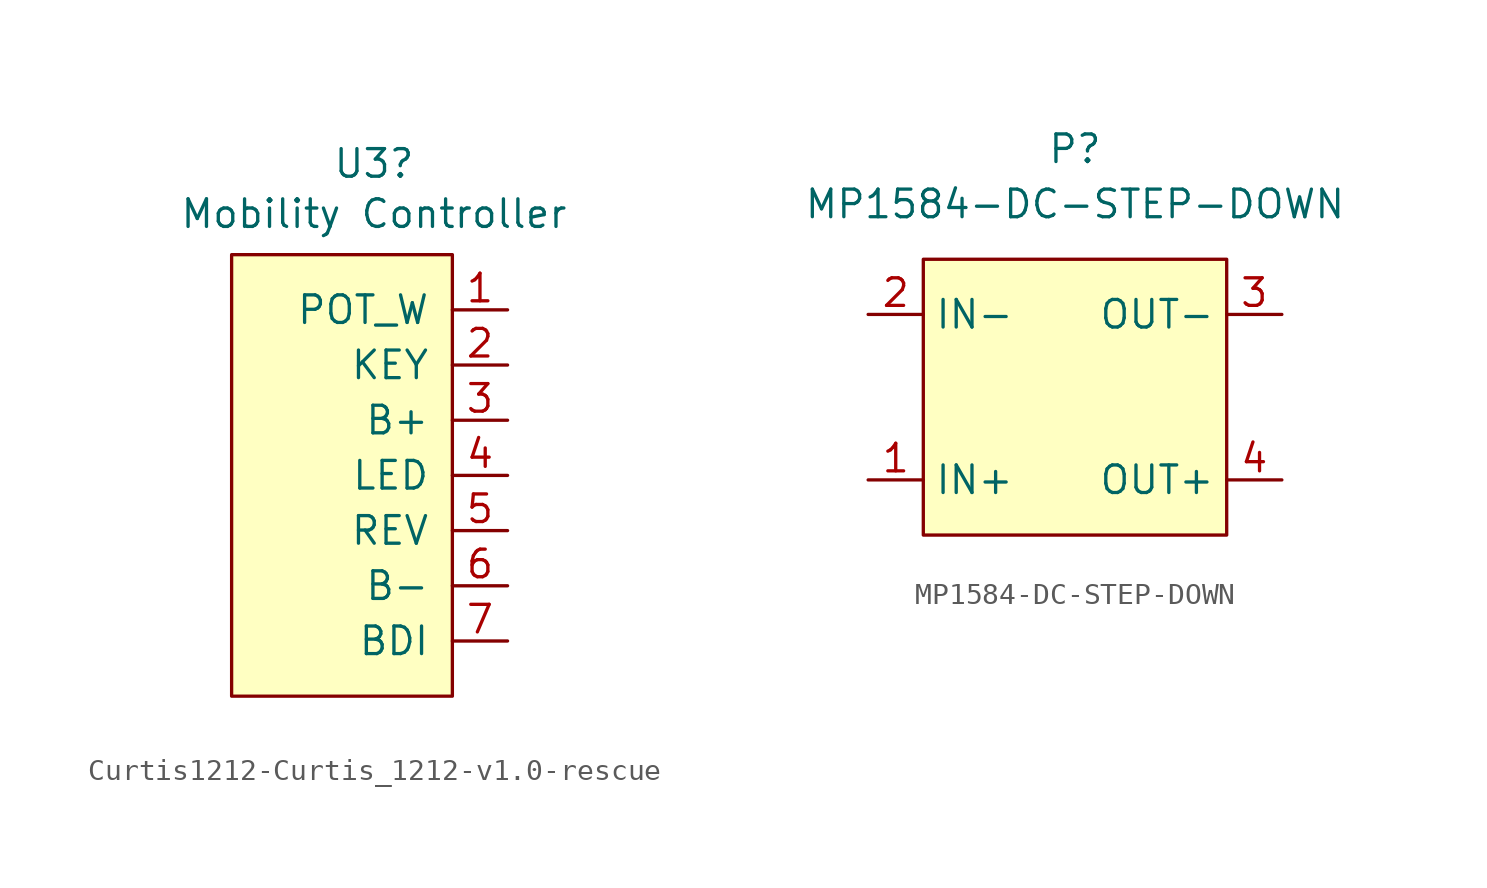
<source format=kicad_sym>
(kicad_symbol_lib
  (version 20211014)
  (generator kicad_symbol_editor)
  (symbol "Curtis1212-Curtis_1212-v1.0-rescue"
    (pin_names
      (offset 1.016))
    (property "Reference" "U3"
      (at 1.473 10.541 0)
      (effects (font (size 1.27 1.27))))
    (property "Value" "Mobility Controller"
      (at 1.473 8.23 0)
      (effects (font (size 1.27 1.27))))
    (symbol "Curtis1212-Curtis_1212-v1.0-rescue_0_1"
      (rectangle (start -5.08 6.35) (end 5.08 -13.97) (stroke (width 0) (type default) (color 0 0 0 0)) (fill (type background))))
    (symbol "Curtis1212-Curtis_1212-v1.0-rescue_1_1"
      (pin input line (at 7.62 3.81 180) (length 2.54) (name "POT_W" (effects (font (size 1.27 1.27)))) (number "1" (effects (font (size 1.27 1.27)))))
      (pin input line (at 7.62 1.27 180) (length 2.54) (name "KEY" (effects (font (size 1.27 1.27)))) (number "2" (effects (font (size 1.27 1.27)))))
      (pin power_out line (at 7.62 -1.27 180) (length 2.54) (name "B+" (effects (font (size 1.27 1.27)))) (number "3" (effects (font (size 1.27 1.27)))))
      (pin bidirectional line (at 7.62 -3.81 180) (length 2.54) (name "LED" (effects (font (size 1.27 1.27)))) (number "4" (effects (font (size 1.27 1.27)))))
      (pin input line (at 7.62 -6.35 180) (length 2.54) (name "REV" (effects (font (size 1.27 1.27)))) (number "5" (effects (font (size 1.27 1.27)))))
      (pin power_out line (at 7.62 -8.89 180) (length 2.54) (name "B-" (effects (font (size 1.27 1.27)))) (number "6" (effects (font (size 1.27 1.27)))))
      (pin output line (at 7.62 -11.43 180) (length 2.54) (name "BDI" (effects (font (size 1.27 1.27)))) (number "7" (effects (font (size 1.27 1.27)))))))
  (symbol "MP1584-DC-STEP-DOWN"
    (power)
    (property "Reference" "P"
      (at 0.635 11.43 0)
      (effects (font (size 1.27 1.27))))
    (property "Value" "MP1584-DC-STEP-DOWN"
      (at 0.635 8.89 0)
      (effects (font (size 1.27 1.27))))
    (symbol "MP1584-DC-STEP-DOWN_0_1"
      (rectangle (start -6.35 6.35) (end 7.62 -6.35) (stroke (width 0) (type default) (color 0 0 0 0)) (fill (type background))))
    (symbol "MP1584-DC-STEP-DOWN_1_1"
      (pin power_in line (at -8.89 -3.81 0) (length 2.54) (name "IN+" (effects (font (size 1.27 1.27)))) (number "1" (effects (font (size 1.27 1.27)))))
      (pin power_in line (at -8.89 3.81 0) (length 2.54) (name "IN-" (effects (font (size 1.27 1.27)))) (number "2" (effects (font (size 1.27 1.27)))))
      (pin power_in line (at 10.16 3.81 180) (length 2.54) (name "OUT-" (effects (font (size 1.27 1.27)))) (number "3" (effects (font (size 1.27 1.27)))))
      (pin power_out line (at 10.16 -3.81 180) (length 2.54) (name "OUT+" (effects (font (size 1.27 1.27)))) (number "4" (effects (font (size 1.27 1.27))))))))
</source>
